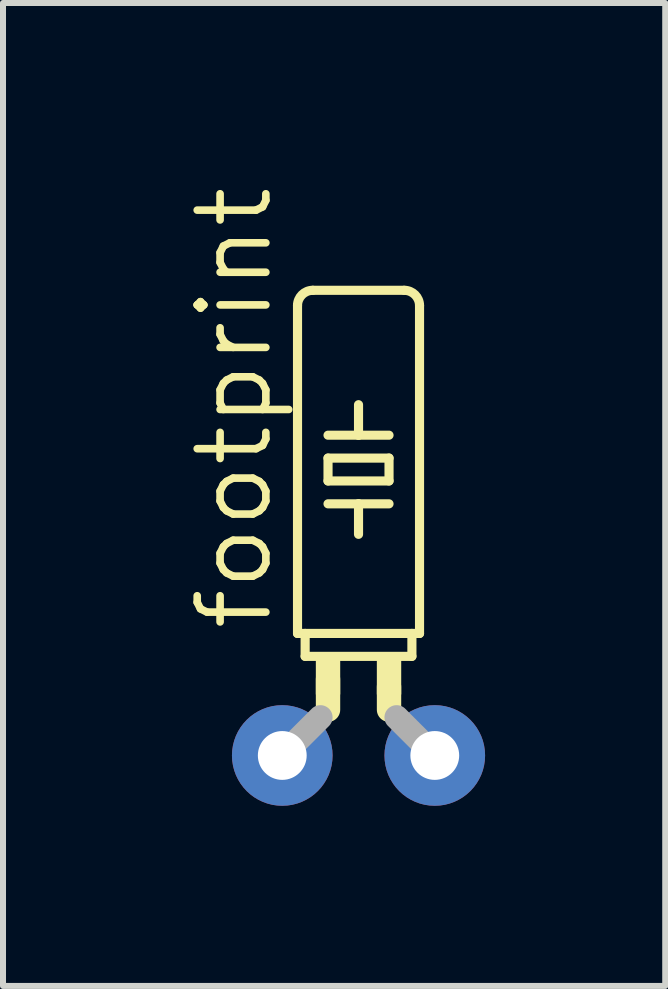
<source format=kicad_pcb>
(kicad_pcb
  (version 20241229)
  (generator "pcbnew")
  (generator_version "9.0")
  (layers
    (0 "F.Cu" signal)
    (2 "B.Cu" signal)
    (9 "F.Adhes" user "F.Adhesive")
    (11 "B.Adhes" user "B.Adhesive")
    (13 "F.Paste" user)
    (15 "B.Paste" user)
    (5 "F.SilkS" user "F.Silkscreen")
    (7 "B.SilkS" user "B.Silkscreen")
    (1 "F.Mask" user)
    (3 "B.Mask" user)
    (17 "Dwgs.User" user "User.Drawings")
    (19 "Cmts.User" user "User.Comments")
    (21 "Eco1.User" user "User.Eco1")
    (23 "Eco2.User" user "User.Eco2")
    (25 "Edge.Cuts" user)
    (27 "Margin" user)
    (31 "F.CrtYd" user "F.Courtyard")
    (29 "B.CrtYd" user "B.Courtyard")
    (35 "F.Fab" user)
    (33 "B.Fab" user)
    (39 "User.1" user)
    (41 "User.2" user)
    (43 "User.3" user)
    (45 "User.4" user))
  (footprint "footprint"
    (layer "F.Cu")
    (at 2.921 9.532)
    (property "Reference" "footprint" (at -1.397 -2.032 90) (layer "F.SilkS") (effects (font (size 1.143 1.143) (thickness 0.127)) (justify left bottom)))
    (fp_line (start -1.016 -2.032) (end -1.016 -7.493) (stroke (width 0.152) (type solid)) (layer "F.SilkS"))
    (fp_line (start -1.016 -2.032) (end -0.889 -2.032) (stroke (width 0.152) (type solid)) (layer "F.SilkS"))
    (fp_line (start -0.889 -1.651) (end -0.889 -2.032) (stroke (width 0.152) (type solid)) (layer "F.SilkS"))
    (fp_line (start -0.889 -1.651) (end 0.889 -1.651) (stroke (width 0.152) (type solid)) (layer "F.SilkS"))
    (fp_line (start -0.762 -7.747) (end 0.762 -7.747) (stroke (width 0.152) (type solid)) (layer "F.SilkS"))
    (fp_line (start -0.508 -5.334) (end 0 -5.334) (stroke (width 0.152) (type solid)) (layer "F.SilkS"))
    (fp_line (start -0.508 -4.953) (end -0.508 -4.572) (stroke (width 0.152) (type solid)) (layer "F.SilkS"))
    (fp_line (start -0.508 -4.953) (end 0.508 -4.953) (stroke (width 0.152) (type solid)) (layer "F.SilkS"))
    (fp_line (start -0.508 -4.191) (end 0 -4.191) (stroke (width 0.152) (type solid)) (layer "F.SilkS"))
    (fp_line (start -0.508 -0.762) (end -0.508 -1.27) (stroke (width 0.406) (type solid)) (layer "F.SilkS"))
    (fp_line (start 0 -5.334) (end 0 -5.842) (stroke (width 0.152) (type solid)) (layer "F.SilkS"))
    (fp_line (start 0 -5.334) (end 0.508 -5.334) (stroke (width 0.152) (type solid)) (layer "F.SilkS"))
    (fp_line (start 0 -4.191) (end 0 -3.683) (stroke (width 0.152) (type solid)) (layer "F.SilkS"))
    (fp_line (start 0 -4.191) (end 0.508 -4.191) (stroke (width 0.152) (type solid)) (layer "F.SilkS"))
    (fp_line (start 0.508 -4.572) (end -0.508 -4.572) (stroke (width 0.152) (type solid)) (layer "F.SilkS"))
    (fp_line (start 0.508 -4.572) (end 0.508 -4.953) (stroke (width 0.152) (type solid)) (layer "F.SilkS"))
    (fp_line (start 0.508 -0.762) (end 0.508 -1.143) (stroke (width 0.406) (type solid)) (layer "F.SilkS"))
    (fp_line (start 0.889 -2.032) (end -0.889 -2.032) (stroke (width 0.152) (type solid)) (layer "F.SilkS"))
    (fp_line (start 0.889 -1.651) (end 0.889 -2.032) (stroke (width 0.152) (type solid)) (layer "F.SilkS"))
    (fp_line (start 1.016 -2.032) (end 0.889 -2.032) (stroke (width 0.152) (type solid)) (layer "F.SilkS"))
    (fp_line (start 1.016 -2.032) (end 1.016 -7.493) (stroke (width 0.152) (type solid)) (layer "F.SilkS"))
    (fp_arc (start -1.016 -7.493) (mid -0.941605 -7.672605) (end -0.762 -7.747) (stroke (width 0.1524) (type solid)) (layer "F.SilkS"))
    (fp_arc (start 0.762 -7.747) (mid 0.941605 -7.672605) (end 1.016 -7.493) (stroke (width 0.1524) (type solid)) (layer "F.SilkS"))
    (fp_poly (pts (xy -0.711 -1.016) (xy -0.305 -1.016) (xy -0.305 -1.6) (xy -0.711 -1.6)) (stroke (width 0) (type solid)) (fill yes) (layer "F.SilkS"))
    (fp_poly (pts (xy 0.305 -1.016) (xy 0.711 -1.016) (xy 0.711 -1.6) (xy 0.305 -1.6)) (stroke (width 0) (type solid)) (fill yes) (layer "F.SilkS"))
    (fp_line (start -0.635 -0.635) (end -1.27 0) (stroke (width 0.406) (type solid)) (layer "F.Fab"))
    (fp_line (start 0.635 -0.635) (end 1.27 0) (stroke (width 0.406) (type solid)) (layer "F.Fab"))
    (pad "1" thru_hole circle (at -1.27 0) (size 1.676 1.676) (drill 0.813) (layers "*.Cu" "*.Mask"))
    (pad "2" thru_hole circle (at 1.27 0) (size 1.676 1.676) (drill 0.813) (layers "*.Cu" "*.Mask"))
    (zone (net_name "") (layers "F.Cu" "B.Cu") (hatch edge 0.508) (connect_pads) (min_thickness 0.254) (filled_areas_thickness no) (keepout (tracks allowed) (vias not_allowed) (pads allowed) (copperpour allowed) (footprints allowed)) (placement (enabled no)) (fill) (polygon (pts (xy 1.143 8.77) (xy 4.699 8.77) (xy 4.699 1.15) (xy 1.143 1.15)))))
  (gr_rect
    (start -3 -3)
    (end 8.029 13.37)
    (stroke (width 0.1) (type default))
    (fill no)
    (layer "Edge.Cuts")))
</source>
